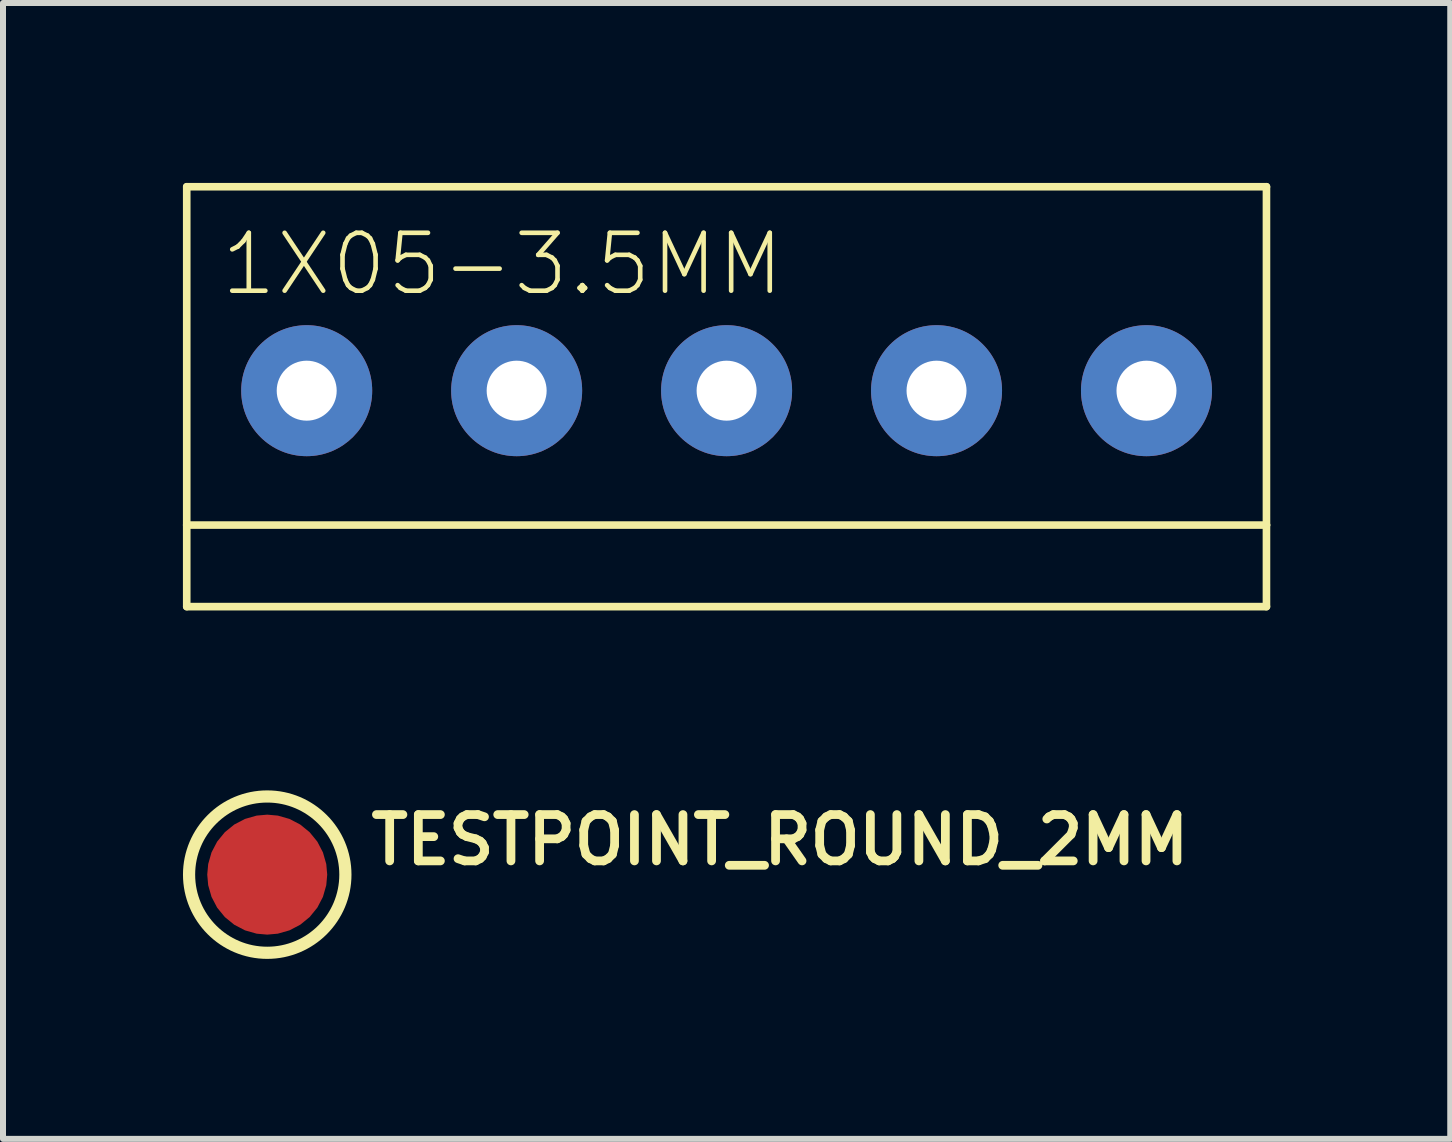
<source format=kicad_pcb>
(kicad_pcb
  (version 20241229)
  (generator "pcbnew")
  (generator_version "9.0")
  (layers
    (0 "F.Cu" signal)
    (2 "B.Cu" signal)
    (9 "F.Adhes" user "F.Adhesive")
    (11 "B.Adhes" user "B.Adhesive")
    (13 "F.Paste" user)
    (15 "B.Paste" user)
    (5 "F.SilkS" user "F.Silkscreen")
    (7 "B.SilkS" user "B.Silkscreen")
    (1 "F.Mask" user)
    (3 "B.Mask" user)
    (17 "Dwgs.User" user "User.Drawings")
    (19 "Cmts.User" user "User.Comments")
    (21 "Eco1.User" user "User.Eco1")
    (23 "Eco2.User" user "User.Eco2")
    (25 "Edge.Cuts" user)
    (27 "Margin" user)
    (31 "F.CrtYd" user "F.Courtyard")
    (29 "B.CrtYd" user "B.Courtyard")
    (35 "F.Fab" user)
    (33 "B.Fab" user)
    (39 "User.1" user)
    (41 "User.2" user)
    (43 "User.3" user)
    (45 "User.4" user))
  (footprint "TESTPOINT_ROUND_2MM"
    (layer "F.Cu")
    (at 1.405 11.531)
    (property "Reference" "TESTPOINT_ROUND_2MM" (at 1.651 -0.127 0) (layer "F.SilkS") (effects (font (size 0.772 0.772) (thickness 0.146)) (justify left bottom)))
    (attr through_hole)
    (fp_circle (center 0 0) (end 1.303 0) (stroke (width 0.203) (type solid)) (fill no) (layer "F.SilkS"))
    (pad "P$1" smd roundrect (at 0 0) (size 2 2) (layers "F.Cu" "F.Mask") (roundrect_rratio 0.5)))
  (footprint "1X05-3.5MM"
    (layer "F.Cu")
    (at 9.063 3.463)
    (property "Reference" "1X05-3.5MM" (at 1 -2.674 180) (layer "F.SilkS") (effects (font (size 0.965 0.965) (thickness 0.077)) (justify right top)))
    (attr through_hole)
    (fp_line (start -9 -3.4) (end -9 2.24) (stroke (width 0.127) (type solid)) (layer "F.SilkS"))
    (fp_line (start -9 2.24) (end -9 3.6) (stroke (width 0.127) (type solid)) (layer "F.SilkS"))
    (fp_line (start -9 2.24) (end 9 2.24) (stroke (width 0.127) (type solid)) (layer "F.SilkS"))
    (fp_line (start -9 3.6) (end 9 3.6) (stroke (width 0.127) (type solid)) (layer "F.SilkS"))
    (fp_line (start 9 -3.4) (end -9 -3.4) (stroke (width 0.127) (type solid)) (layer "F.SilkS"))
    (fp_line (start 9 2.24) (end 9 -3.4) (stroke (width 0.127) (type solid)) (layer "F.SilkS"))
    (fp_line (start 9 3.6) (end 9 2.24) (stroke (width 0.127) (type solid)) (layer "F.SilkS"))
    (pad "1" thru_hole circle (at 7 0) (size 2.184 2.184) (drill 1) (layers "*.Cu" "*.Mask"))
    (pad "2" thru_hole circle (at 3.5 0) (size 2.184 2.184) (drill 1) (layers "*.Cu" "*.Mask"))
    (pad "3" thru_hole circle (at 0 0) (size 2.184 2.184) (drill 1) (layers "*.Cu" "*.Mask"))
    (pad "4" thru_hole circle (at -3.5 0) (size 2.184 2.184) (drill 1) (layers "*.Cu" "*.Mask"))
    (pad "5" thru_hole circle (at -7 0) (size 2.184 2.184) (drill 1) (layers "*.Cu" "*.Mask")))
  (gr_rect
    (start -3 -3)
    (end 21.127 15.936)
    (stroke (width 0.1) (type default))
    (fill no)
    (layer "Edge.Cuts")))
</source>
